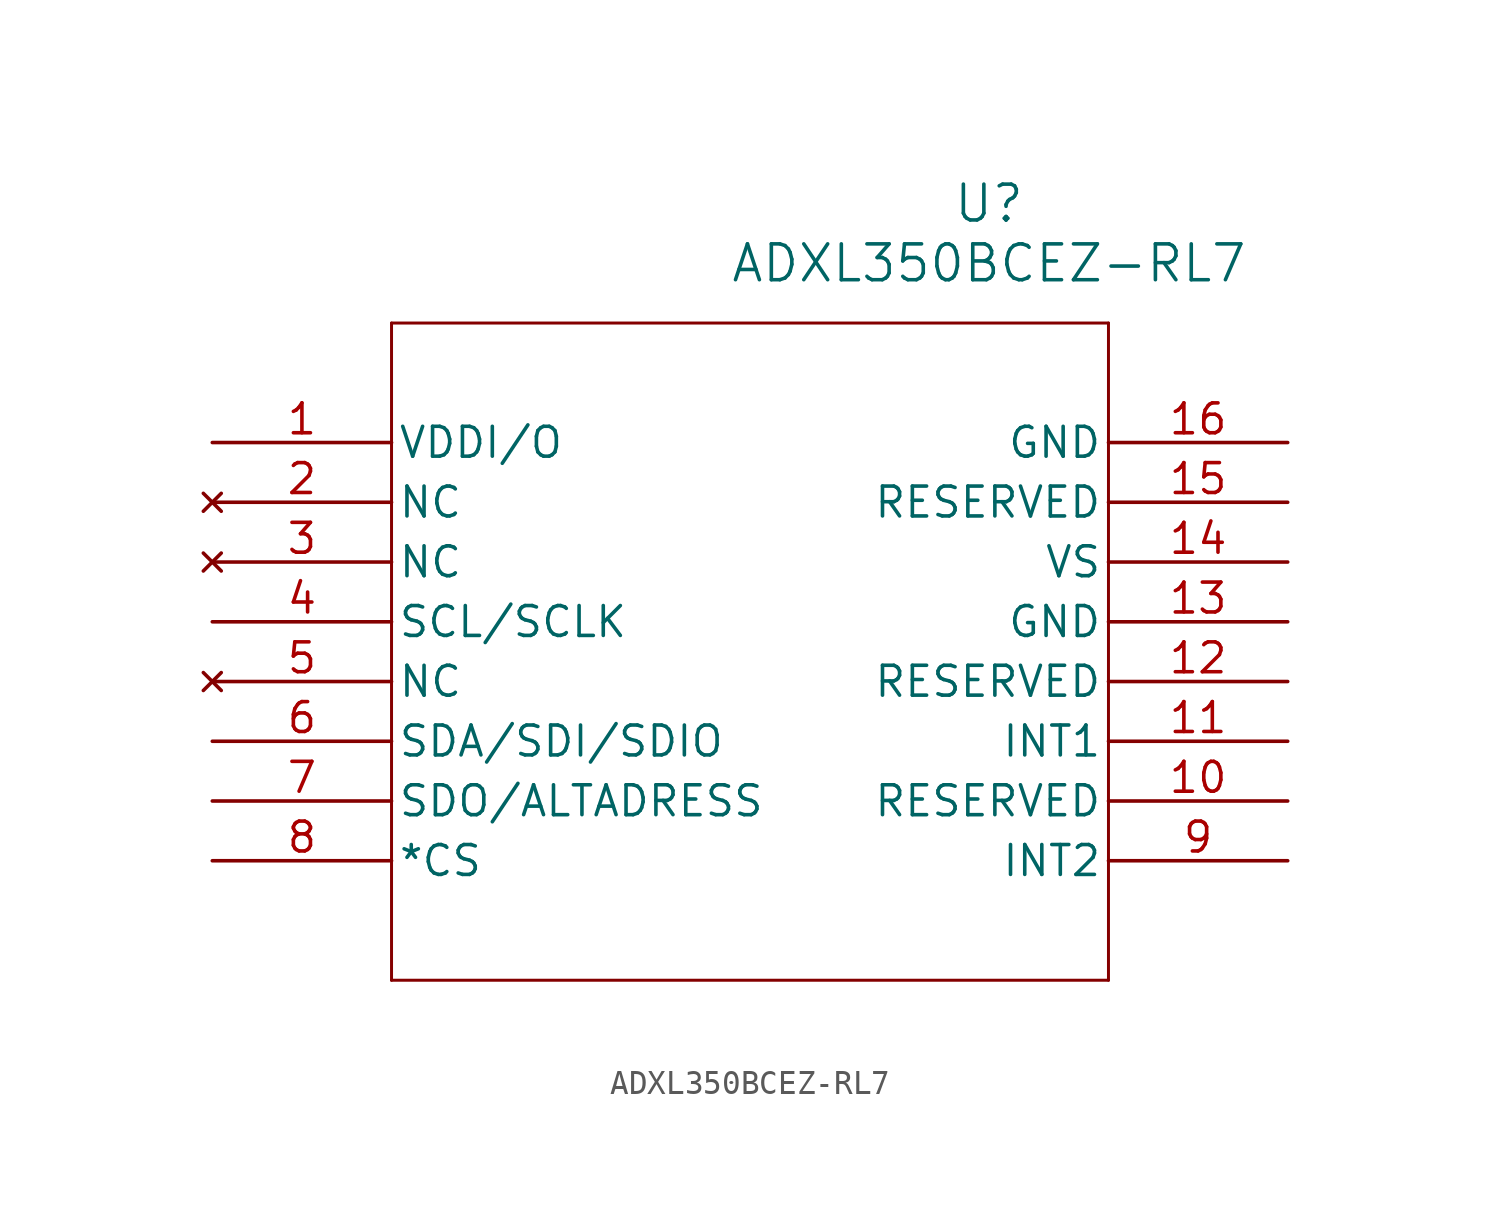
<source format=kicad_sym>
(kicad_symbol_lib
  (version 20220914)
  (generator kicad_symbol_editor)
  (symbol "ADXL350BCEZ-RL7"
    (pin_names
      (offset 0.254))
    (property "Reference" "U"
      (at 33.02 10.16 0)
      (effects (font (size 1.524 1.524))))
    (property "Value" "ADXL350BCEZ-RL7"
      (at 33.02 7.62 0)
      (effects (font (size 1.524 1.524))))
    (property "ki_locked" ""
      (at 0 0 0)
      (effects (font (size 1.27 1.27))))
    (symbol "ADXL350BCEZ-RL7_1_1"
      (polyline (pts (xy 7.62 -22.86) (xy 38.1 -22.86)) (stroke (width 0.127) (type default)) (fill (type none)))
      (polyline (pts (xy 7.62 5.08) (xy 7.62 -22.86)) (stroke (width 0.127) (type default)) (fill (type none)))
      (polyline (pts (xy 38.1 -22.86) (xy 38.1 5.08)) (stroke (width 0.127) (type default)) (fill (type none)))
      (polyline (pts (xy 38.1 5.08) (xy 7.62 5.08)) (stroke (width 0.127) (type default)) (fill (type none)))
      (pin power_in line (at 0 0 0) (length 7.62) (name "VDDI/O" (effects (font (size 1.27 1.27)))) (number "1" (effects (font (size 1.27 1.27)))))
      (pin unspecified line (at 45.72 -15.24 180) (length 7.62) (name "RESERVED" (effects (font (size 1.27 1.27)))) (number "10" (effects (font (size 1.27 1.27)))))
      (pin bidirectional line (at 45.72 -12.7 180) (length 7.62) (name "INT1" (effects (font (size 1.27 1.27)))) (number "11" (effects (font (size 1.27 1.27)))))
      (pin unspecified line (at 45.72 -10.16 180) (length 7.62) (name "RESERVED" (effects (font (size 1.27 1.27)))) (number "12" (effects (font (size 1.27 1.27)))))
      (pin power_out line (at 45.72 -7.62 180) (length 7.62) (name "GND" (effects (font (size 1.27 1.27)))) (number "13" (effects (font (size 1.27 1.27)))))
      (pin unspecified line (at 45.72 -5.08 180) (length 7.62) (name "VS" (effects (font (size 1.27 1.27)))) (number "14" (effects (font (size 1.27 1.27)))))
      (pin unspecified line (at 45.72 -2.54 180) (length 7.62) (name "RESERVED" (effects (font (size 1.27 1.27)))) (number "15" (effects (font (size 1.27 1.27)))))
      (pin power_out line (at 45.72 0 180) (length 7.62) (name "GND" (effects (font (size 1.27 1.27)))) (number "16" (effects (font (size 1.27 1.27)))))
      (pin no_connect line (at 0 -2.54 0) (length 7.62) (name "NC" (effects (font (size 1.27 1.27)))) (number "2" (effects (font (size 1.27 1.27)))))
      (pin no_connect line (at 0 -5.08 0) (length 7.62) (name "NC" (effects (font (size 1.27 1.27)))) (number "3" (effects (font (size 1.27 1.27)))))
      (pin unspecified line (at 0 -7.62 0) (length 7.62) (name "SCL/SCLK" (effects (font (size 1.27 1.27)))) (number "4" (effects (font (size 1.27 1.27)))))
      (pin no_connect line (at 0 -10.16 0) (length 7.62) (name "NC" (effects (font (size 1.27 1.27)))) (number "5" (effects (font (size 1.27 1.27)))))
      (pin unspecified line (at 0 -12.7 0) (length 7.62) (name "SDA/SDI/SDIO" (effects (font (size 1.27 1.27)))) (number "6" (effects (font (size 1.27 1.27)))))
      (pin unspecified line (at 0 -15.24 0) (length 7.62) (name "SDO/ALTADRESS" (effects (font (size 1.27 1.27)))) (number "7" (effects (font (size 1.27 1.27)))))
      (pin unspecified line (at 0 -17.78 0) (length 7.62) (name "*CS" (effects (font (size 1.27 1.27)))) (number "8" (effects (font (size 1.27 1.27)))))
      (pin bidirectional line (at 45.72 -17.78 180) (length 7.62) (name "INT2" (effects (font (size 1.27 1.27)))) (number "9" (effects (font (size 1.27 1.27))))))))
</source>
